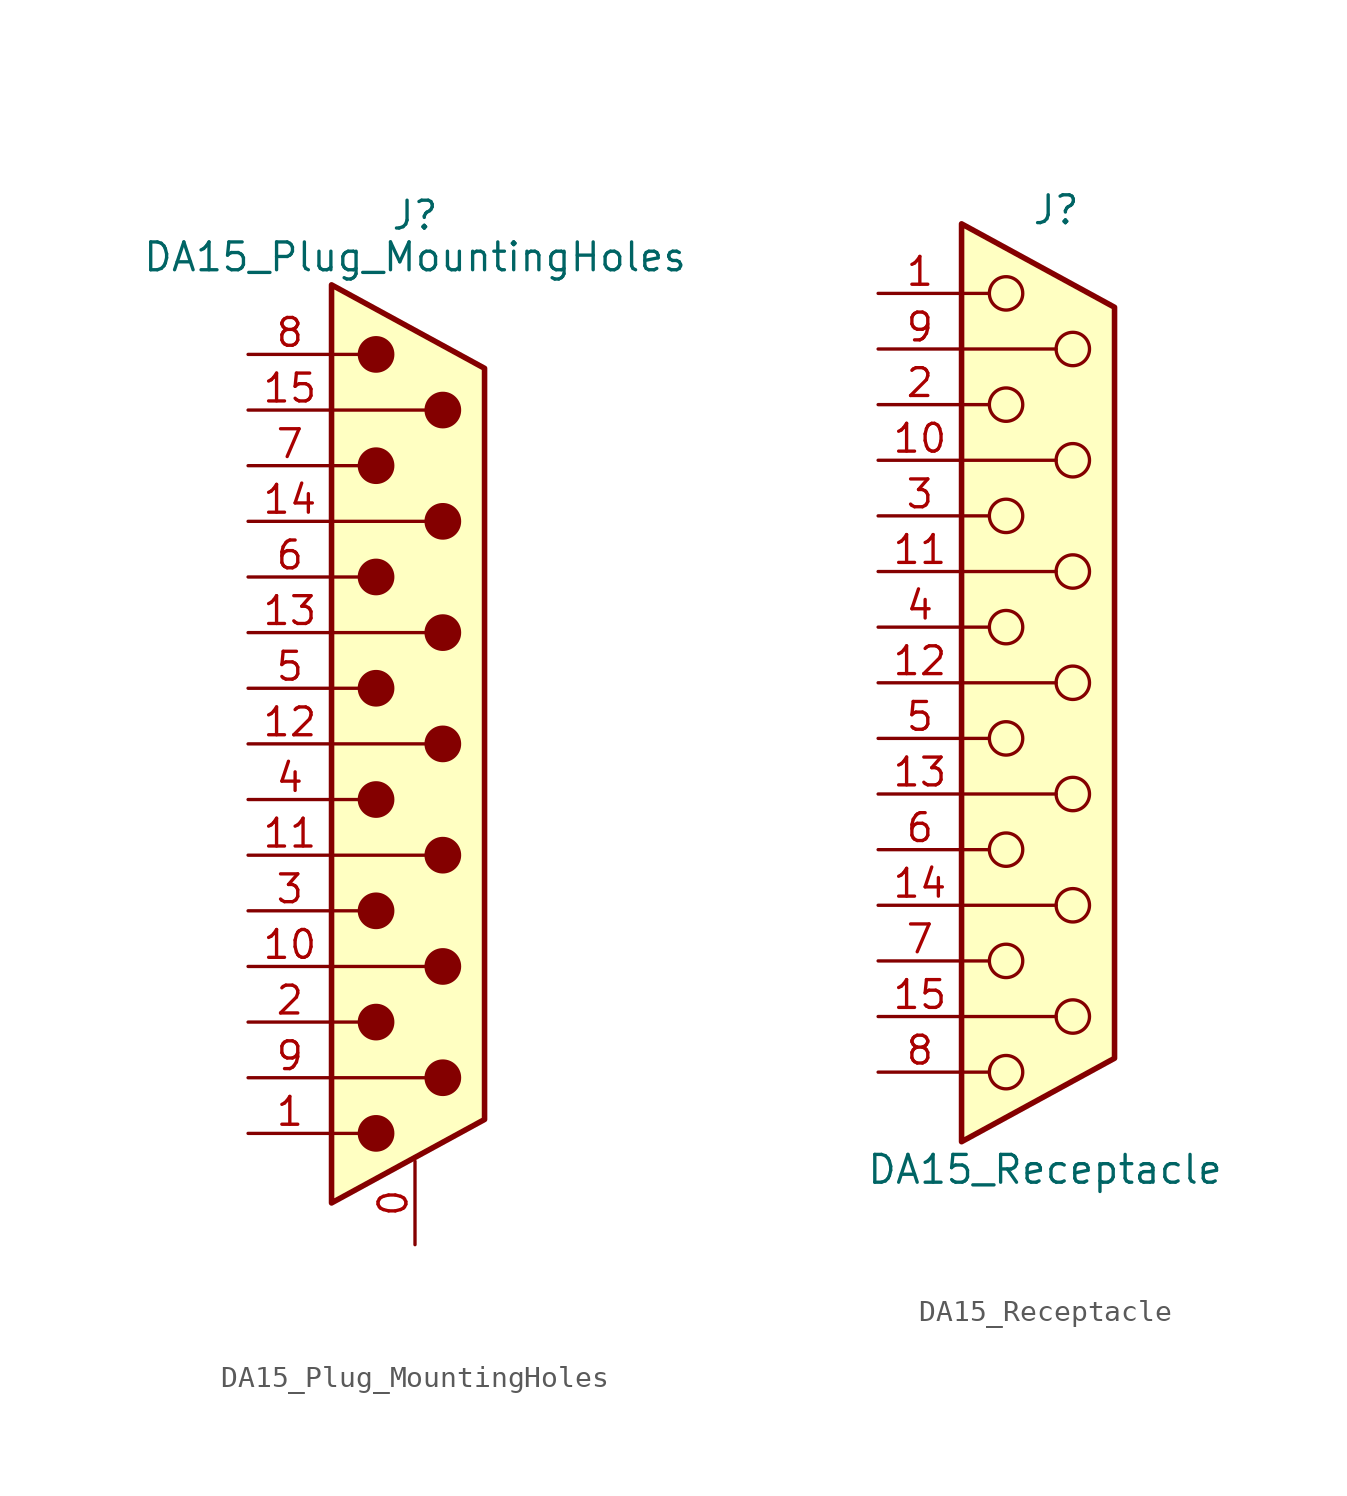
<source format=kicad_sym>
(kicad_symbol_lib
  (version 20241209)
  (generator "kicad_symbol_editor")
  (generator_version "9.0")
  (symbol "DA15_Plug_MountingHoles"
    (pin_names
      (offset 1.016)
      (hide yes))
    (property "Reference" "J"
      (at 0 24.13 0)
      (effects (font (size 1.27 1.27))))
    (property "Value" "DA15_Plug_MountingHoles"
      (at 0 22.225 0)
      (effects (font (size 1.27 1.27))))
    (symbol "DA15_Plug_MountingHoles_0_1"
      (polyline (pts (xy -3.81 17.78) (xy -2.54 17.78)) (stroke (width 0) (type default)) (fill (type none)))
      (polyline (pts (xy -3.81 15.24) (xy 0.508 15.24)) (stroke (width 0) (type default)) (fill (type none)))
      (polyline (pts (xy -3.81 12.7) (xy -2.54 12.7)) (stroke (width 0) (type default)) (fill (type none)))
      (polyline (pts (xy -3.81 10.16) (xy 0.508 10.16)) (stroke (width 0) (type default)) (fill (type none)))
      (polyline (pts (xy -3.81 7.62) (xy -2.54 7.62)) (stroke (width 0) (type default)) (fill (type none)))
      (polyline (pts (xy -3.81 5.08) (xy 0.508 5.08)) (stroke (width 0) (type default)) (fill (type none)))
      (polyline (pts (xy -3.81 2.54) (xy -2.54 2.54)) (stroke (width 0) (type default)) (fill (type none)))
      (polyline (pts (xy -3.81 0) (xy 0.508 0)) (stroke (width 0) (type default)) (fill (type none)))
      (polyline (pts (xy -3.81 -2.54) (xy -2.54 -2.54)) (stroke (width 0) (type default)) (fill (type none)))
      (polyline (pts (xy -3.81 -5.08) (xy 0.508 -5.08)) (stroke (width 0) (type default)) (fill (type none)))
      (polyline (pts (xy -3.81 -7.62) (xy -2.54 -7.62)) (stroke (width 0) (type default)) (fill (type none)))
      (polyline (pts (xy -3.81 -10.16) (xy 0.508 -10.16)) (stroke (width 0) (type default)) (fill (type none)))
      (polyline (pts (xy -3.81 -12.7) (xy -2.54 -12.7)) (stroke (width 0) (type default)) (fill (type none)))
      (polyline (pts (xy -3.81 -15.24) (xy 0.508 -15.24)) (stroke (width 0) (type default)) (fill (type none)))
      (polyline (pts (xy -3.81 -17.78) (xy -2.54 -17.78)) (stroke (width 0) (type default)) (fill (type none)))
      (polyline (pts (xy -3.81 -20.955) (xy 3.175 -17.145) (xy 3.175 17.145) (xy -3.81 20.955) (xy -3.81 -20.955)) (stroke (width 0.254) (type default)) (fill (type background)))
      (circle (center -1.778 17.78) (radius 0.762) (stroke (width 0) (type default)) (fill (type outline)))
      (circle (center -1.778 12.7) (radius 0.762) (stroke (width 0) (type default)) (fill (type outline)))
      (circle (center -1.778 7.62) (radius 0.762) (stroke (width 0) (type default)) (fill (type outline)))
      (circle (center -1.778 2.54) (radius 0.762) (stroke (width 0) (type default)) (fill (type outline)))
      (circle (center -1.778 -2.54) (radius 0.762) (stroke (width 0) (type default)) (fill (type outline)))
      (circle (center -1.778 -7.62) (radius 0.762) (stroke (width 0) (type default)) (fill (type outline)))
      (circle (center -1.778 -12.7) (radius 0.762) (stroke (width 0) (type default)) (fill (type outline)))
      (circle (center -1.778 -17.78) (radius 0.762) (stroke (width 0) (type default)) (fill (type outline)))
      (circle (center 1.27 15.24) (radius 0.762) (stroke (width 0) (type default)) (fill (type outline)))
      (circle (center 1.27 10.16) (radius 0.762) (stroke (width 0) (type default)) (fill (type outline)))
      (circle (center 1.27 5.08) (radius 0.762) (stroke (width 0) (type default)) (fill (type outline)))
      (circle (center 1.27 0) (radius 0.762) (stroke (width 0) (type default)) (fill (type outline)))
      (circle (center 1.27 -5.08) (radius 0.762) (stroke (width 0) (type default)) (fill (type outline)))
      (circle (center 1.27 -10.16) (radius 0.762) (stroke (width 0) (type default)) (fill (type outline)))
      (circle (center 1.27 -15.24) (radius 0.762) (stroke (width 0) (type default)) (fill (type outline))))
    (symbol "DA15_Plug_MountingHoles_1_1"
      (pin passive line (at -7.62 17.78 0) (length 3.81) (name "8" (effects (font (size 1.27 1.27)))) (number "8" (effects (font (size 1.27 1.27)))))
      (pin passive line (at -7.62 15.24 0) (length 3.81) (name "P15" (effects (font (size 1.27 1.27)))) (number "15" (effects (font (size 1.27 1.27)))))
      (pin passive line (at -7.62 12.7 0) (length 3.81) (name "7" (effects (font (size 1.27 1.27)))) (number "7" (effects (font (size 1.27 1.27)))))
      (pin passive line (at -7.62 10.16 0) (length 3.81) (name "P14" (effects (font (size 1.27 1.27)))) (number "14" (effects (font (size 1.27 1.27)))))
      (pin passive line (at -7.62 7.62 0) (length 3.81) (name "6" (effects (font (size 1.27 1.27)))) (number "6" (effects (font (size 1.27 1.27)))))
      (pin passive line (at -7.62 5.08 0) (length 3.81) (name "P13" (effects (font (size 1.27 1.27)))) (number "13" (effects (font (size 1.27 1.27)))))
      (pin passive line (at -7.62 2.54 0) (length 3.81) (name "5" (effects (font (size 1.27 1.27)))) (number "5" (effects (font (size 1.27 1.27)))))
      (pin passive line (at -7.62 0 0) (length 3.81) (name "P12" (effects (font (size 1.27 1.27)))) (number "12" (effects (font (size 1.27 1.27)))))
      (pin passive line (at -7.62 -2.54 0) (length 3.81) (name "4" (effects (font (size 1.27 1.27)))) (number "4" (effects (font (size 1.27 1.27)))))
      (pin passive line (at -7.62 -5.08 0) (length 3.81) (name "P111" (effects (font (size 1.27 1.27)))) (number "11" (effects (font (size 1.27 1.27)))))
      (pin passive line (at -7.62 -7.62 0) (length 3.81) (name "3" (effects (font (size 1.27 1.27)))) (number "3" (effects (font (size 1.27 1.27)))))
      (pin passive line (at -7.62 -10.16 0) (length 3.81) (name "P10" (effects (font (size 1.27 1.27)))) (number "10" (effects (font (size 1.27 1.27)))))
      (pin passive line (at -7.62 -12.7 0) (length 3.81) (name "2" (effects (font (size 1.27 1.27)))) (number "2" (effects (font (size 1.27 1.27)))))
      (pin passive line (at -7.62 -15.24 0) (length 3.81) (name "P9" (effects (font (size 1.27 1.27)))) (number "9" (effects (font (size 1.27 1.27)))))
      (pin passive line (at -7.62 -17.78 0) (length 3.81) (name "1" (effects (font (size 1.27 1.27)))) (number "1" (effects (font (size 1.27 1.27)))))
      (pin passive line (at 0 -22.86 90) (length 3.81) (name "PAD" (effects (font (size 1.27 1.27)))) (number "0" (effects (font (size 1.27 1.27)))))))
  (symbol "DA15_Receptacle"
    (pin_names
      (offset 1.016)
      (hide yes))
    (property "Reference" "J"
      (at 0.508 21.59 0)
      (effects (font (size 1.27 1.27))))
    (property "Value" "DA15_Receptacle"
      (at 0 -22.225 0)
      (effects (font (size 1.27 1.27))))
    (symbol "DA15_Receptacle_0_1"
      (polyline (pts (xy -3.81 20.955) (xy 3.175 17.145) (xy 3.175 -17.145) (xy -3.81 -20.955) (xy -3.81 20.955)) (stroke (width 0.254) (type default)) (fill (type background)))
      (polyline (pts (xy -3.81 17.78) (xy -2.54 17.78)) (stroke (width 0) (type default)) (fill (type none)))
      (polyline (pts (xy -3.81 15.24) (xy 0.508 15.24)) (stroke (width 0) (type default)) (fill (type none)))
      (polyline (pts (xy -3.81 12.7) (xy -2.54 12.7)) (stroke (width 0) (type default)) (fill (type none)))
      (polyline (pts (xy -3.81 10.16) (xy 0.508 10.16)) (stroke (width 0) (type default)) (fill (type none)))
      (polyline (pts (xy -3.81 7.62) (xy -2.54 7.62)) (stroke (width 0) (type default)) (fill (type none)))
      (polyline (pts (xy -3.81 5.08) (xy 0.508 5.08)) (stroke (width 0) (type default)) (fill (type none)))
      (polyline (pts (xy -3.81 2.54) (xy -2.54 2.54)) (stroke (width 0) (type default)) (fill (type none)))
      (polyline (pts (xy -3.81 0) (xy 0.508 0)) (stroke (width 0) (type default)) (fill (type none)))
      (polyline (pts (xy -3.81 -2.54) (xy -2.54 -2.54)) (stroke (width 0) (type default)) (fill (type none)))
      (polyline (pts (xy -3.81 -5.08) (xy 0.508 -5.08)) (stroke (width 0) (type default)) (fill (type none)))
      (polyline (pts (xy -3.81 -7.62) (xy -2.54 -7.62)) (stroke (width 0) (type default)) (fill (type none)))
      (polyline (pts (xy -3.81 -10.16) (xy 0.508 -10.16)) (stroke (width 0) (type default)) (fill (type none)))
      (polyline (pts (xy -3.81 -12.7) (xy -2.54 -12.7)) (stroke (width 0) (type default)) (fill (type none)))
      (polyline (pts (xy -3.81 -15.24) (xy 0.508 -15.24)) (stroke (width 0) (type default)) (fill (type none)))
      (polyline (pts (xy -3.81 -17.78) (xy -2.54 -17.78)) (stroke (width 0) (type default)) (fill (type none)))
      (circle (center -1.778 17.78) (radius 0.762) (stroke (width 0) (type default)) (fill (type none)))
      (circle (center -1.778 12.7) (radius 0.762) (stroke (width 0) (type default)) (fill (type none)))
      (circle (center -1.778 7.62) (radius 0.762) (stroke (width 0) (type default)) (fill (type none)))
      (circle (center -1.778 2.54) (radius 0.762) (stroke (width 0) (type default)) (fill (type none)))
      (circle (center -1.778 -2.54) (radius 0.762) (stroke (width 0) (type default)) (fill (type none)))
      (circle (center -1.778 -7.62) (radius 0.762) (stroke (width 0) (type default)) (fill (type none)))
      (circle (center -1.778 -12.7) (radius 0.762) (stroke (width 0) (type default)) (fill (type none)))
      (circle (center -1.778 -17.78) (radius 0.762) (stroke (width 0) (type default)) (fill (type none)))
      (circle (center 1.27 15.24) (radius 0.762) (stroke (width 0) (type default)) (fill (type none)))
      (circle (center 1.27 10.16) (radius 0.762) (stroke (width 0) (type default)) (fill (type none)))
      (circle (center 1.27 5.08) (radius 0.762) (stroke (width 0) (type default)) (fill (type none)))
      (circle (center 1.27 0) (radius 0.762) (stroke (width 0) (type default)) (fill (type none)))
      (circle (center 1.27 -5.08) (radius 0.762) (stroke (width 0) (type default)) (fill (type none)))
      (circle (center 1.27 -10.16) (radius 0.762) (stroke (width 0) (type default)) (fill (type none)))
      (circle (center 1.27 -15.24) (radius 0.762) (stroke (width 0) (type default)) (fill (type none))))
    (symbol "DA15_Receptacle_1_1"
      (pin passive line (at -7.62 17.78 0) (length 3.81) (name "1" (effects (font (size 1.27 1.27)))) (number "1" (effects (font (size 1.27 1.27)))))
      (pin passive line (at -7.62 15.24 0) (length 3.81) (name "P9" (effects (font (size 1.27 1.27)))) (number "9" (effects (font (size 1.27 1.27)))))
      (pin passive line (at -7.62 12.7 0) (length 3.81) (name "2" (effects (font (size 1.27 1.27)))) (number "2" (effects (font (size 1.27 1.27)))))
      (pin passive line (at -7.62 10.16 0) (length 3.81) (name "P10" (effects (font (size 1.27 1.27)))) (number "10" (effects (font (size 1.27 1.27)))))
      (pin passive line (at -7.62 7.62 0) (length 3.81) (name "3" (effects (font (size 1.27 1.27)))) (number "3" (effects (font (size 1.27 1.27)))))
      (pin passive line (at -7.62 5.08 0) (length 3.81) (name "P111" (effects (font (size 1.27 1.27)))) (number "11" (effects (font (size 1.27 1.27)))))
      (pin passive line (at -7.62 2.54 0) (length 3.81) (name "4" (effects (font (size 1.27 1.27)))) (number "4" (effects (font (size 1.27 1.27)))))
      (pin passive line (at -7.62 0 0) (length 3.81) (name "P12" (effects (font (size 1.27 1.27)))) (number "12" (effects (font (size 1.27 1.27)))))
      (pin passive line (at -7.62 -2.54 0) (length 3.81) (name "5" (effects (font (size 1.27 1.27)))) (number "5" (effects (font (size 1.27 1.27)))))
      (pin passive line (at -7.62 -5.08 0) (length 3.81) (name "P13" (effects (font (size 1.27 1.27)))) (number "13" (effects (font (size 1.27 1.27)))))
      (pin passive line (at -7.62 -7.62 0) (length 3.81) (name "6" (effects (font (size 1.27 1.27)))) (number "6" (effects (font (size 1.27 1.27)))))
      (pin passive line (at -7.62 -10.16 0) (length 3.81) (name "P14" (effects (font (size 1.27 1.27)))) (number "14" (effects (font (size 1.27 1.27)))))
      (pin passive line (at -7.62 -12.7 0) (length 3.81) (name "7" (effects (font (size 1.27 1.27)))) (number "7" (effects (font (size 1.27 1.27)))))
      (pin passive line (at -7.62 -15.24 0) (length 3.81) (name "P15" (effects (font (size 1.27 1.27)))) (number "15" (effects (font (size 1.27 1.27)))))
      (pin passive line (at -7.62 -17.78 0) (length 3.81) (name "8" (effects (font (size 1.27 1.27)))) (number "8" (effects (font (size 1.27 1.27))))))))
</source>
